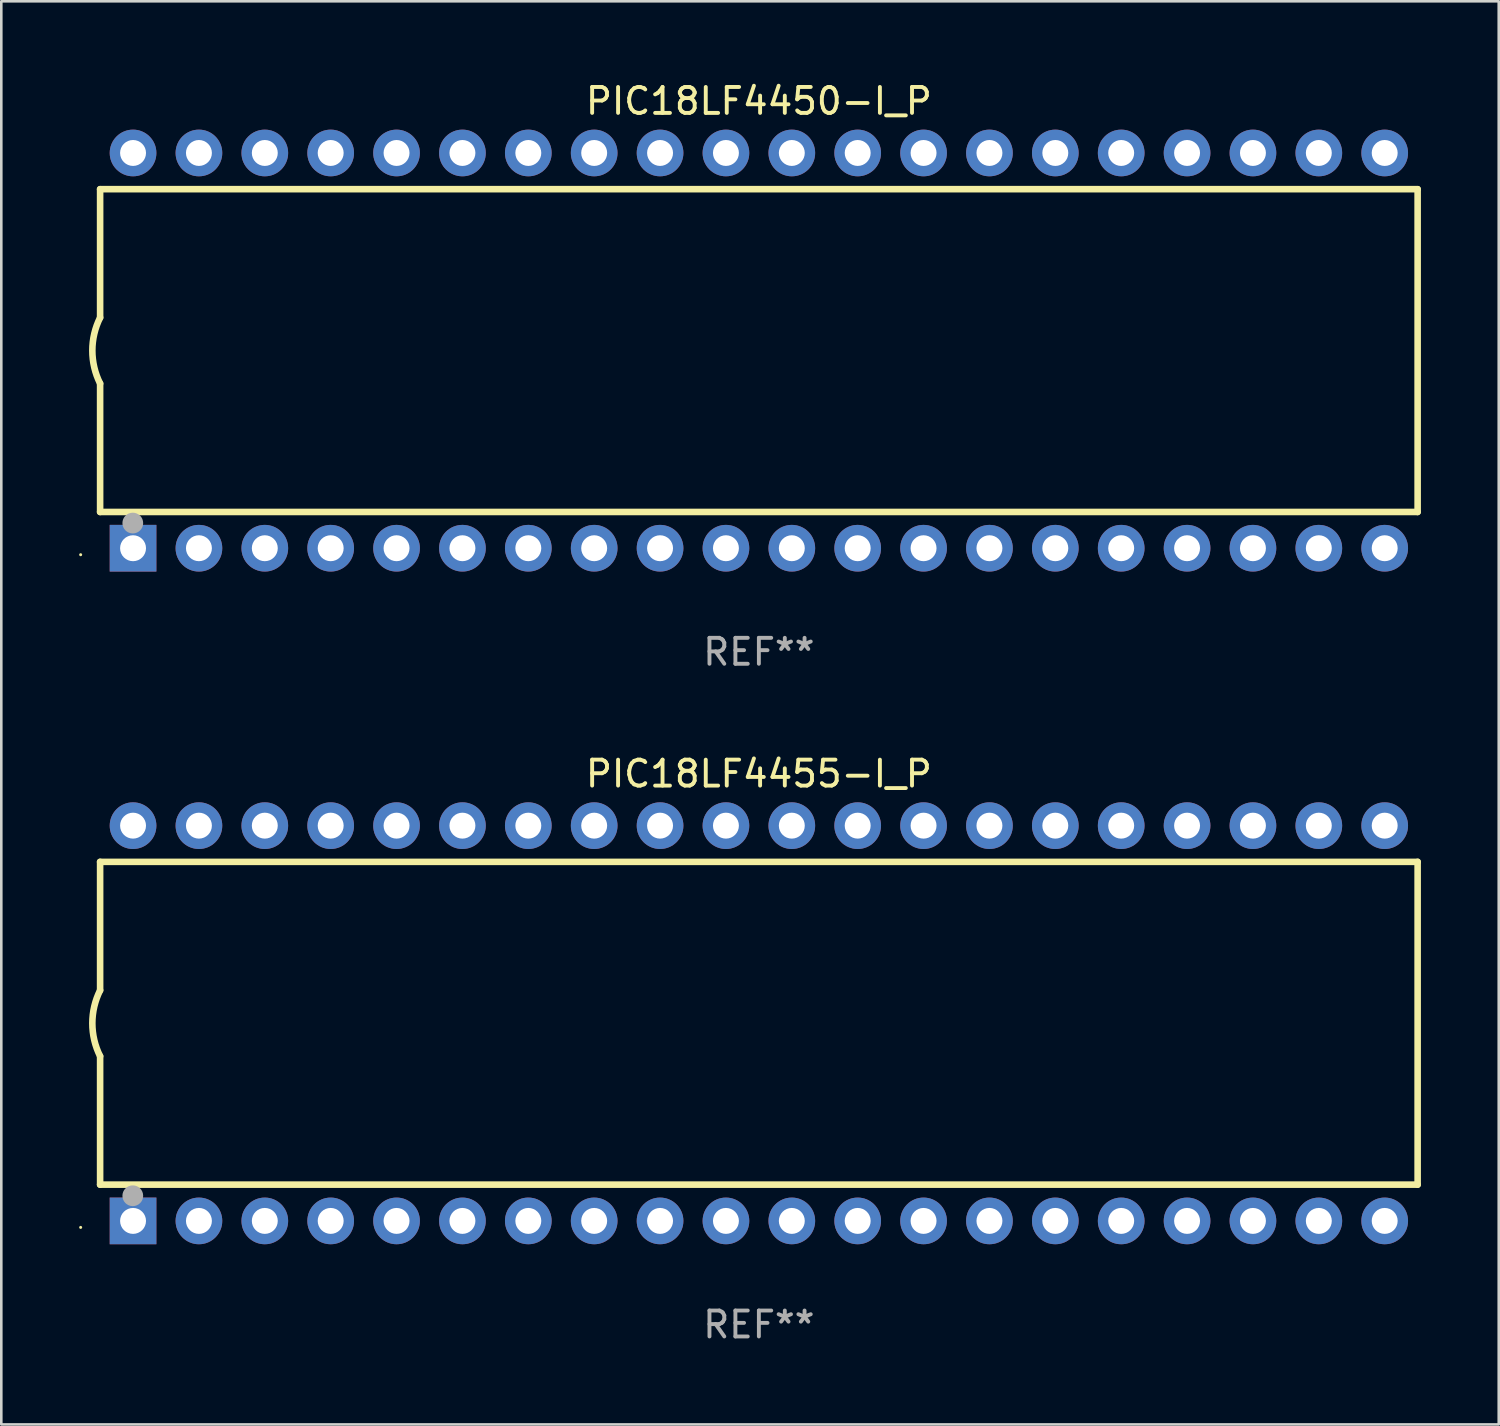
<source format=kicad_pcb>
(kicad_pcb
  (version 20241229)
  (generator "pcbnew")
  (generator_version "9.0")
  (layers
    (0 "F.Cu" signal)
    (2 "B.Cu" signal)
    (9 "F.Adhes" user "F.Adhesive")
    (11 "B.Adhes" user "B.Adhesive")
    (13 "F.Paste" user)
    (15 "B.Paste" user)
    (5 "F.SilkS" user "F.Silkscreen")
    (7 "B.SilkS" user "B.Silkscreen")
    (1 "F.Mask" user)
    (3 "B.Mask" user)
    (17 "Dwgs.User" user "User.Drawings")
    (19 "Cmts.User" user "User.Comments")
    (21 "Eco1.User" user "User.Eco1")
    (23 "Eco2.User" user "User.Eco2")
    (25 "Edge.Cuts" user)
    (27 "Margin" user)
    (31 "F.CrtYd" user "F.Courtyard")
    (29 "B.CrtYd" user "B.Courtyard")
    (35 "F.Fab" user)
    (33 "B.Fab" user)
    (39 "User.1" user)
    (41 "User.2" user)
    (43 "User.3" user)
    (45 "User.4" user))
  (footprint "PIC18LF4450-I_P"
    (layer "F.Cu")
    (at 26.21 10.468)
    (property "Reference" "PIC18LF4450-I_P" (at 0 -9.62 0) (layer "F.SilkS") (effects (font (size 1 1) (thickness 0.15))))
    (attr through_hole)
    (fp_line (start -25.4 -6.224) (end -25.4 -1.271) (stroke (width 0.254) (type solid)) (layer "F.SilkS"))
    (fp_line (start -25.4 -6.224) (end 25.4 -6.224) (stroke (width 0.254) (type solid)) (layer "F.SilkS"))
    (fp_line (start -25.4 1.269) (end -25.4 6.222) (stroke (width 0.254) (type solid)) (layer "F.SilkS"))
    (fp_line (start -25.4 6.222) (end 25.4 6.222) (stroke (width 0.254) (type solid)) (layer "F.SilkS"))
    (fp_line (start 25.4 6.222) (end 25.4 -6.224) (stroke (width 0.254) (type solid)) (layer "F.SilkS"))
    (fp_arc (start -25.4 1.269241) (mid -25.699807 -0.000762) (end -25.4 -1.270765) (stroke (width 0.254001) (type solid)) (layer "F.SilkS"))
    (fp_circle (center -26.15 7.87) (end -26.12 7.87) (stroke (width 0.06) (type solid)) (fill no) (layer "F.SilkS"))
    (fp_circle (center -24.14 6.65) (end -23.94 6.65) (stroke (width 0.4) (type solid)) (fill no) (layer "F.Fab"))
    (fp_text user "REF**" (at 0 11.62 0) (layer "F.Fab") (effects (font (size 1 1) (thickness 0.15))))
    (pad "1" thru_hole rect (at -24.13 7.62 90) (size 1.8 1.8) (drill 1) (layers "*.Cu" "*.Mask"))
    (pad "2" thru_hole circle (at -21.59 7.62) (size 1.8 1.8) (drill 1) (layers "*.Cu" "*.Mask"))
    (pad "3" thru_hole circle (at -19.05 7.62) (size 1.8 1.8) (drill 1) (layers "*.Cu" "*.Mask"))
    (pad "4" thru_hole circle (at -16.51 7.62) (size 1.8 1.8) (drill 1) (layers "*.Cu" "*.Mask"))
    (pad "5" thru_hole circle (at -13.97 7.62) (size 1.8 1.8) (drill 1) (layers "*.Cu" "*.Mask"))
    (pad "6" thru_hole circle (at -11.43 7.62) (size 1.8 1.8) (drill 1) (layers "*.Cu" "*.Mask"))
    (pad "7" thru_hole circle (at -8.89 7.62) (size 1.8 1.8) (drill 1) (layers "*.Cu" "*.Mask"))
    (pad "8" thru_hole circle (at -6.35 7.62) (size 1.8 1.8) (drill 1) (layers "*.Cu" "*.Mask"))
    (pad "9" thru_hole circle (at -3.81 7.62) (size 1.8 1.8) (drill 1) (layers "*.Cu" "*.Mask"))
    (pad "10" thru_hole circle (at -1.27 7.62) (size 1.8 1.8) (drill 1) (layers "*.Cu" "*.Mask"))
    (pad "11" thru_hole circle (at 1.27 7.62) (size 1.8 1.8) (drill 1) (layers "*.Cu" "*.Mask"))
    (pad "12" thru_hole circle (at 3.81 7.62) (size 1.8 1.8) (drill 1) (layers "*.Cu" "*.Mask"))
    (pad "13" thru_hole circle (at 6.35 7.62) (size 1.8 1.8) (drill 1) (layers "*.Cu" "*.Mask"))
    (pad "14" thru_hole circle (at 8.89 7.62) (size 1.8 1.8) (drill 1) (layers "*.Cu" "*.Mask"))
    (pad "15" thru_hole circle (at 11.43 7.62) (size 1.8 1.8) (drill 1) (layers "*.Cu" "*.Mask"))
    (pad "16" thru_hole circle (at 13.97 7.62) (size 1.8 1.8) (drill 1) (layers "*.Cu" "*.Mask"))
    (pad "17" thru_hole circle (at 16.51 7.62) (size 1.8 1.8) (drill 1) (layers "*.Cu" "*.Mask"))
    (pad "18" thru_hole circle (at 19.05 7.62) (size 1.8 1.8) (drill 1) (layers "*.Cu" "*.Mask"))
    (pad "19" thru_hole circle (at 21.59 7.62) (size 1.8 1.8) (drill 1) (layers "*.Cu" "*.Mask"))
    (pad "20" thru_hole circle (at 24.13 7.62) (size 1.8 1.8) (drill 1) (layers "*.Cu" "*.Mask"))
    (pad "21" thru_hole circle (at 24.13 -7.62) (size 1.8 1.8) (drill 1) (layers "*.Cu" "*.Mask"))
    (pad "22" thru_hole circle (at 21.59 -7.62) (size 1.8 1.8) (drill 1) (layers "*.Cu" "*.Mask"))
    (pad "23" thru_hole circle (at 19.05 -7.62) (size 1.8 1.8) (drill 1) (layers "*.Cu" "*.Mask"))
    (pad "24" thru_hole circle (at 16.51 -7.62) (size 1.8 1.8) (drill 1) (layers "*.Cu" "*.Mask"))
    (pad "25" thru_hole circle (at 13.97 -7.62) (size 1.8 1.8) (drill 1) (layers "*.Cu" "*.Mask"))
    (pad "26" thru_hole circle (at 11.43 -7.62) (size 1.8 1.8) (drill 1) (layers "*.Cu" "*.Mask"))
    (pad "27" thru_hole circle (at 8.89 -7.62) (size 1.8 1.8) (drill 1) (layers "*.Cu" "*.Mask"))
    (pad "28" thru_hole circle (at 6.35 -7.62) (size 1.8 1.8) (drill 1) (layers "*.Cu" "*.Mask"))
    (pad "29" thru_hole circle (at 3.81 -7.62) (size 1.8 1.8) (drill 1) (layers "*.Cu" "*.Mask"))
    (pad "30" thru_hole circle (at 1.27 -7.62) (size 1.8 1.8) (drill 1) (layers "*.Cu" "*.Mask"))
    (pad "31" thru_hole circle (at -1.27 -7.62) (size 1.8 1.8) (drill 1) (layers "*.Cu" "*.Mask"))
    (pad "32" thru_hole circle (at -3.81 -7.62) (size 1.8 1.8) (drill 1) (layers "*.Cu" "*.Mask"))
    (pad "33" thru_hole circle (at -6.35 -7.62) (size 1.8 1.8) (drill 1) (layers "*.Cu" "*.Mask"))
    (pad "34" thru_hole circle (at -8.89 -7.62) (size 1.8 1.8) (drill 1) (layers "*.Cu" "*.Mask"))
    (pad "35" thru_hole circle (at -11.43 -7.62) (size 1.8 1.8) (drill 1) (layers "*.Cu" "*.Mask"))
    (pad "36" thru_hole circle (at -13.97 -7.62) (size 1.8 1.8) (drill 1) (layers "*.Cu" "*.Mask"))
    (pad "37" thru_hole circle (at -16.51 -7.62) (size 1.8 1.8) (drill 1) (layers "*.Cu" "*.Mask"))
    (pad "38" thru_hole circle (at -19.05 -7.62) (size 1.8 1.8) (drill 1) (layers "*.Cu" "*.Mask"))
    (pad "39" thru_hole circle (at -21.59 -7.62) (size 1.8 1.8) (drill 1) (layers "*.Cu" "*.Mask"))
    (pad "40" thru_hole circle (at -24.13 -7.62) (size 1.8 1.8) (drill 1) (layers "*.Cu" "*.Mask")))
  (footprint "PIC18LF4455-I_P"
    (layer "F.Cu")
    (at 26.21 36.405)
    (property "Reference" "PIC18LF4455-I_P" (at 0 -9.62 0) (layer "F.SilkS") (effects (font (size 1 1) (thickness 0.15))))
    (attr through_hole)
    (fp_line (start -25.4 -6.224) (end -25.4 -1.271) (stroke (width 0.254) (type solid)) (layer "F.SilkS"))
    (fp_line (start -25.4 -6.224) (end 25.4 -6.224) (stroke (width 0.254) (type solid)) (layer "F.SilkS"))
    (fp_line (start -25.4 1.269) (end -25.4 6.222) (stroke (width 0.254) (type solid)) (layer "F.SilkS"))
    (fp_line (start -25.4 6.222) (end 25.4 6.222) (stroke (width 0.254) (type solid)) (layer "F.SilkS"))
    (fp_line (start 25.4 6.222) (end 25.4 -6.224) (stroke (width 0.254) (type solid)) (layer "F.SilkS"))
    (fp_arc (start -25.4 1.269241) (mid -25.699807 -0.000762) (end -25.4 -1.270765) (stroke (width 0.254001) (type solid)) (layer "F.SilkS"))
    (fp_circle (center -26.15 7.87) (end -26.12 7.87) (stroke (width 0.06) (type solid)) (fill no) (layer "F.SilkS"))
    (fp_circle (center -24.14 6.65) (end -23.94 6.65) (stroke (width 0.4) (type solid)) (fill no) (layer "F.Fab"))
    (fp_text user "REF**" (at 0 11.62 0) (layer "F.Fab") (effects (font (size 1 1) (thickness 0.15))))
    (pad "1" thru_hole rect (at -24.13 7.62 90) (size 1.8 1.8) (drill 1) (layers "*.Cu" "*.Mask"))
    (pad "2" thru_hole circle (at -21.59 7.62) (size 1.8 1.8) (drill 1) (layers "*.Cu" "*.Mask"))
    (pad "3" thru_hole circle (at -19.05 7.62) (size 1.8 1.8) (drill 1) (layers "*.Cu" "*.Mask"))
    (pad "4" thru_hole circle (at -16.51 7.62) (size 1.8 1.8) (drill 1) (layers "*.Cu" "*.Mask"))
    (pad "5" thru_hole circle (at -13.97 7.62) (size 1.8 1.8) (drill 1) (layers "*.Cu" "*.Mask"))
    (pad "6" thru_hole circle (at -11.43 7.62) (size 1.8 1.8) (drill 1) (layers "*.Cu" "*.Mask"))
    (pad "7" thru_hole circle (at -8.89 7.62) (size 1.8 1.8) (drill 1) (layers "*.Cu" "*.Mask"))
    (pad "8" thru_hole circle (at -6.35 7.62) (size 1.8 1.8) (drill 1) (layers "*.Cu" "*.Mask"))
    (pad "9" thru_hole circle (at -3.81 7.62) (size 1.8 1.8) (drill 1) (layers "*.Cu" "*.Mask"))
    (pad "10" thru_hole circle (at -1.27 7.62) (size 1.8 1.8) (drill 1) (layers "*.Cu" "*.Mask"))
    (pad "11" thru_hole circle (at 1.27 7.62) (size 1.8 1.8) (drill 1) (layers "*.Cu" "*.Mask"))
    (pad "12" thru_hole circle (at 3.81 7.62) (size 1.8 1.8) (drill 1) (layers "*.Cu" "*.Mask"))
    (pad "13" thru_hole circle (at 6.35 7.62) (size 1.8 1.8) (drill 1) (layers "*.Cu" "*.Mask"))
    (pad "14" thru_hole circle (at 8.89 7.62) (size 1.8 1.8) (drill 1) (layers "*.Cu" "*.Mask"))
    (pad "15" thru_hole circle (at 11.43 7.62) (size 1.8 1.8) (drill 1) (layers "*.Cu" "*.Mask"))
    (pad "16" thru_hole circle (at 13.97 7.62) (size 1.8 1.8) (drill 1) (layers "*.Cu" "*.Mask"))
    (pad "17" thru_hole circle (at 16.51 7.62) (size 1.8 1.8) (drill 1) (layers "*.Cu" "*.Mask"))
    (pad "18" thru_hole circle (at 19.05 7.62) (size 1.8 1.8) (drill 1) (layers "*.Cu" "*.Mask"))
    (pad "19" thru_hole circle (at 21.59 7.62) (size 1.8 1.8) (drill 1) (layers "*.Cu" "*.Mask"))
    (pad "20" thru_hole circle (at 24.13 7.62) (size 1.8 1.8) (drill 1) (layers "*.Cu" "*.Mask"))
    (pad "21" thru_hole circle (at 24.13 -7.62) (size 1.8 1.8) (drill 1) (layers "*.Cu" "*.Mask"))
    (pad "22" thru_hole circle (at 21.59 -7.62) (size 1.8 1.8) (drill 1) (layers "*.Cu" "*.Mask"))
    (pad "23" thru_hole circle (at 19.05 -7.62) (size 1.8 1.8) (drill 1) (layers "*.Cu" "*.Mask"))
    (pad "24" thru_hole circle (at 16.51 -7.62) (size 1.8 1.8) (drill 1) (layers "*.Cu" "*.Mask"))
    (pad "25" thru_hole circle (at 13.97 -7.62) (size 1.8 1.8) (drill 1) (layers "*.Cu" "*.Mask"))
    (pad "26" thru_hole circle (at 11.43 -7.62) (size 1.8 1.8) (drill 1) (layers "*.Cu" "*.Mask"))
    (pad "27" thru_hole circle (at 8.89 -7.62) (size 1.8 1.8) (drill 1) (layers "*.Cu" "*.Mask"))
    (pad "28" thru_hole circle (at 6.35 -7.62) (size 1.8 1.8) (drill 1) (layers "*.Cu" "*.Mask"))
    (pad "29" thru_hole circle (at 3.81 -7.62) (size 1.8 1.8) (drill 1) (layers "*.Cu" "*.Mask"))
    (pad "30" thru_hole circle (at 1.27 -7.62) (size 1.8 1.8) (drill 1) (layers "*.Cu" "*.Mask"))
    (pad "31" thru_hole circle (at -1.27 -7.62) (size 1.8 1.8) (drill 1) (layers "*.Cu" "*.Mask"))
    (pad "32" thru_hole circle (at -3.81 -7.62) (size 1.8 1.8) (drill 1) (layers "*.Cu" "*.Mask"))
    (pad "33" thru_hole circle (at -6.35 -7.62) (size 1.8 1.8) (drill 1) (layers "*.Cu" "*.Mask"))
    (pad "34" thru_hole circle (at -8.89 -7.62) (size 1.8 1.8) (drill 1) (layers "*.Cu" "*.Mask"))
    (pad "35" thru_hole circle (at -11.43 -7.62) (size 1.8 1.8) (drill 1) (layers "*.Cu" "*.Mask"))
    (pad "36" thru_hole circle (at -13.97 -7.62) (size 1.8 1.8) (drill 1) (layers "*.Cu" "*.Mask"))
    (pad "37" thru_hole circle (at -16.51 -7.62) (size 1.8 1.8) (drill 1) (layers "*.Cu" "*.Mask"))
    (pad "38" thru_hole circle (at -19.05 -7.62) (size 1.8 1.8) (drill 1) (layers "*.Cu" "*.Mask"))
    (pad "39" thru_hole circle (at -21.59 -7.62) (size 1.8 1.8) (drill 1) (layers "*.Cu" "*.Mask"))
    (pad "40" thru_hole circle (at -24.13 -7.62) (size 1.8 1.8) (drill 1) (layers "*.Cu" "*.Mask")))
  (gr_rect
    (start -3 -3)
    (end 54.737 51.873)
    (stroke (width 0.1) (type default))
    (fill no)
    (layer "Edge.Cuts")))
</source>
